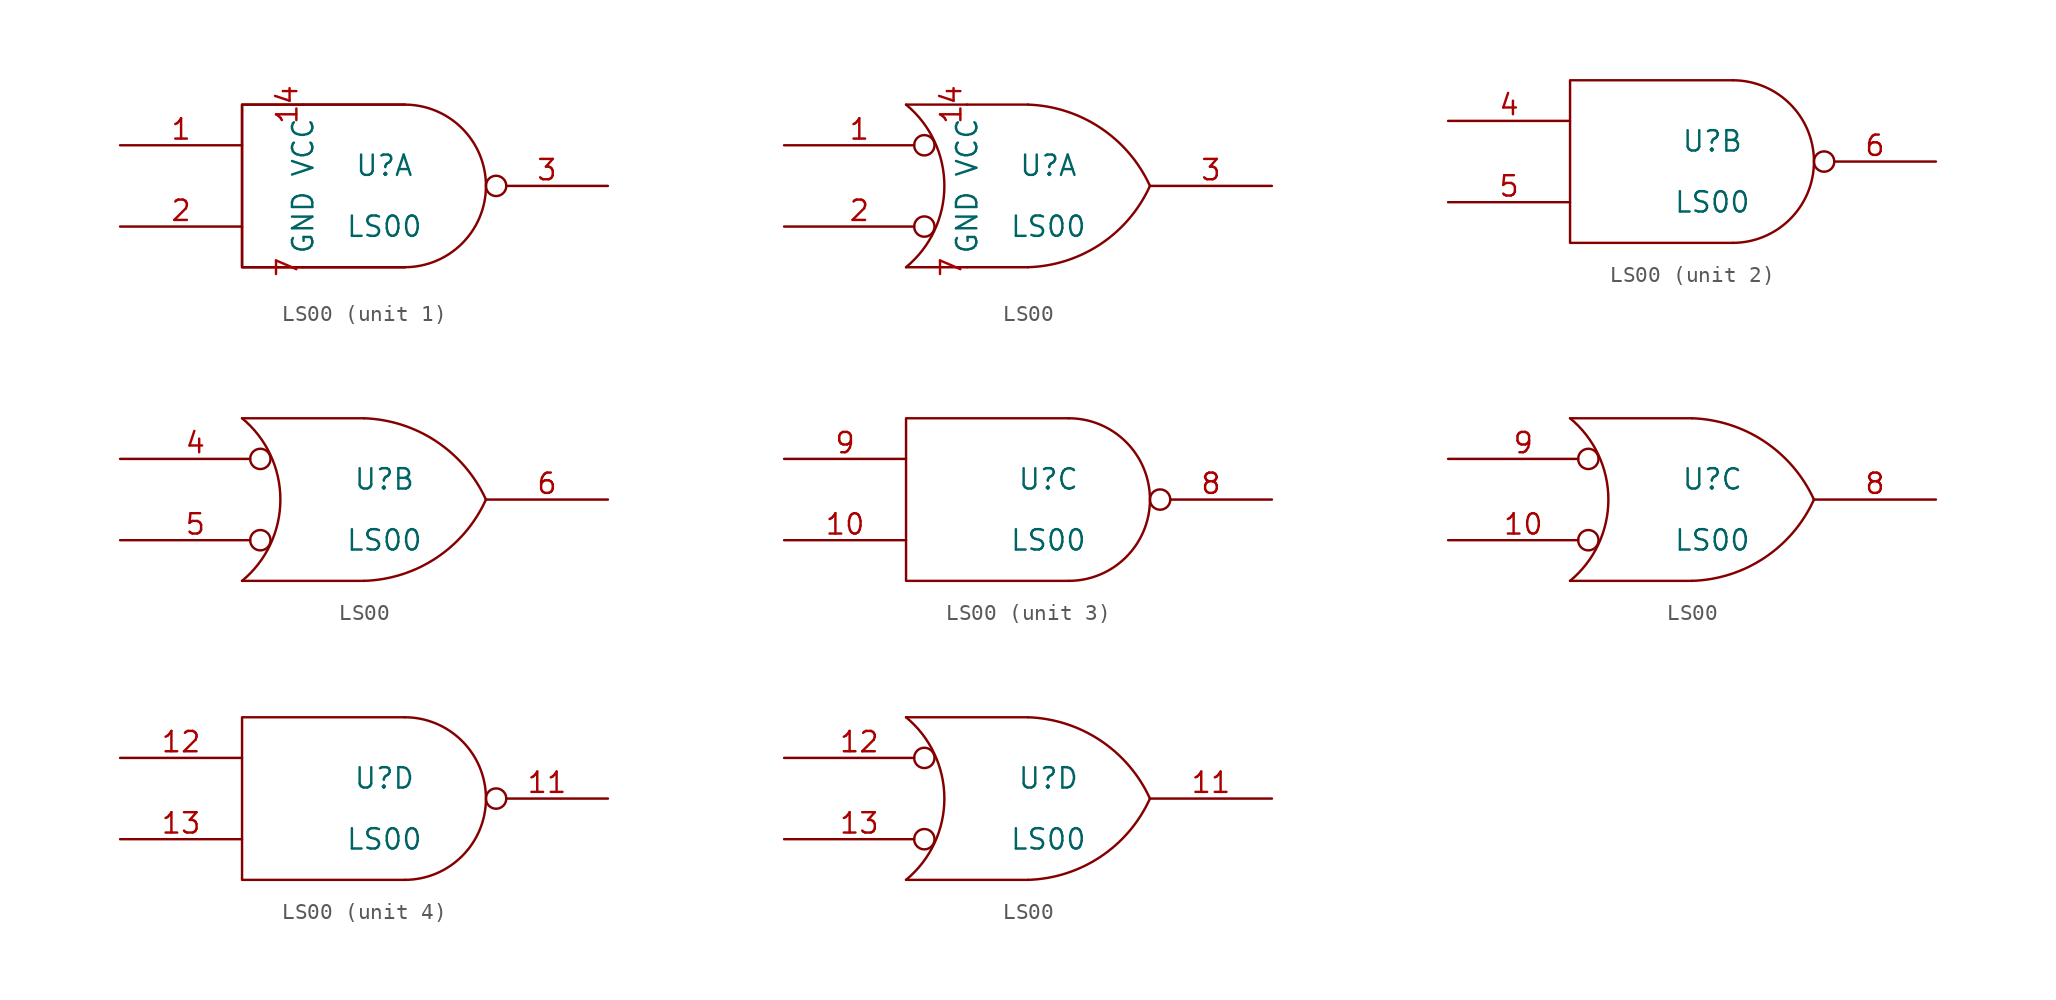
<source format=kicad_sym>
(kicad_symbol_lib
  (version 20211014)
  (generator kicad_symbol_editor)
  (symbol "LS00"
    (pin_names
      (offset 0.762))
    (property "Reference" "U"
      (at 1.27 1.27 0)
      (effects (font (size 1.27 1.27))))
    (property "Value" "LS00"
      (at 1.27 -2.54 0)
      (effects (font (size 1.27 1.27))))
    (symbol "LS00_0_1"
      (polyline (pts (xy 2.54 5.08) (xy -7.62 5.08) (xy -7.62 -5.08) (xy 2.54 -5.08)) (stroke (width 0) (type default) (color 0 0 0 0)) (fill (type none)))
      (arc (start 2.54 -5.08) (mid 7.62 0) (end 2.54 5.08) (stroke (width 0) (type default) (color 0 0 0 0)) (fill (type none))))
    (symbol "LS00_0_2"
      (arc (start -7.62 -5.08) (mid -5.2253 0) (end -7.62 5.08) (stroke (width 0) (type default) (color 0 0 0 0)) (fill (type none)))
      (arc (start 0 -5.08) (mid 4.5382 -3.6323) (end 7.62 0) (stroke (width 0) (type default) (color 0 0 0 0)) (fill (type none)))
      (polyline (pts (xy -7.62 -5.08) (xy 0 -5.08)) (stroke (width 0) (type default) (color 0 0 0 0)) (fill (type none)))
      (polyline (pts (xy -7.62 5.08) (xy 0 5.08)) (stroke (width 0) (type default) (color 0 0 0 0)) (fill (type none)))
      (arc (start 7.62 0) (mid 4.5325 3.6238) (end 0 5.08) (stroke (width 0) (type default) (color 0 0 0 0)) (fill (type none))))
    (symbol "LS00_1_0"
      (pin power_in line (at -3.81 5.08 270) (length 0) (name "VCC" (effects (font (size 1.27 1.27)))) (number "14" (effects (font (size 1.27 1.27)))))
      (pin power_in line (at -3.81 -5.08 90) (length 0) (name "GND" (effects (font (size 1.27 1.27)))) (number "7" (effects (font (size 1.27 1.27))))))
    (symbol "LS00_1_1"
      (polyline (pts (xy 2.54 5.08) (xy -7.62 5.08) (xy -7.62 -5.08) (xy 2.54 -5.08)) (stroke (width 0) (type default) (color 0 0 0 0)) (fill (type none)))
      (pin input line (at -15.24 2.54 0) (length 7.62) (name "~" (effects (font (size 1.27 1.27)))) (number "1" (effects (font (size 1.27 1.27)))))
      (pin input line (at -15.24 -2.54 0) (length 7.62) (name "~" (effects (font (size 1.27 1.27)))) (number "2" (effects (font (size 1.27 1.27)))))
      (pin output inverted (at 15.24 0 180) (length 7.62) (name "~" (effects (font (size 1.27 1.27)))) (number "3" (effects (font (size 1.27 1.27))))))
    (symbol "LS00_1_2"
      (pin input inverted (at -15.24 2.54 0) (length 9.398) (name "~" (effects (font (size 1.27 1.27)))) (number "1" (effects (font (size 1.27 1.27)))))
      (pin input inverted (at -15.24 -2.54 0) (length 9.398) (name "~" (effects (font (size 1.27 1.27)))) (number "2" (effects (font (size 1.27 1.27)))))
      (pin output line (at 15.24 0 180) (length 7.62) (name "~" (effects (font (size 1.27 1.27)))) (number "3" (effects (font (size 1.27 1.27))))))
    (symbol "LS00_2_1"
      (pin input line (at -15.24 2.54 0) (length 7.62) (name "~" (effects (font (size 1.27 1.27)))) (number "4" (effects (font (size 1.27 1.27)))))
      (pin input line (at -15.24 -2.54 0) (length 7.62) (name "~" (effects (font (size 1.27 1.27)))) (number "5" (effects (font (size 1.27 1.27)))))
      (pin output inverted (at 15.24 0 180) (length 7.62) (name "~" (effects (font (size 1.27 1.27)))) (number "6" (effects (font (size 1.27 1.27))))))
    (symbol "LS00_2_2"
      (pin input inverted (at -15.24 2.54 0) (length 9.398) (name "~" (effects (font (size 1.27 1.27)))) (number "4" (effects (font (size 1.27 1.27)))))
      (pin input inverted (at -15.24 -2.54 0) (length 9.398) (name "~" (effects (font (size 1.27 1.27)))) (number "5" (effects (font (size 1.27 1.27)))))
      (pin output line (at 15.24 0 180) (length 7.62) (name "~" (effects (font (size 1.27 1.27)))) (number "6" (effects (font (size 1.27 1.27))))))
    (symbol "LS00_3_1"
      (pin input line (at -15.24 -2.54 0) (length 7.62) (name "~" (effects (font (size 1.27 1.27)))) (number "10" (effects (font (size 1.27 1.27)))))
      (pin output inverted (at 15.24 0 180) (length 7.62) (name "~" (effects (font (size 1.27 1.27)))) (number "8" (effects (font (size 1.27 1.27)))))
      (pin input line (at -15.24 2.54 0) (length 7.62) (name "~" (effects (font (size 1.27 1.27)))) (number "9" (effects (font (size 1.27 1.27))))))
    (symbol "LS00_3_2"
      (pin input inverted (at -15.24 -2.54 0) (length 9.398) (name "~" (effects (font (size 1.27 1.27)))) (number "10" (effects (font (size 1.27 1.27)))))
      (pin output line (at 15.24 0 180) (length 7.62) (name "~" (effects (font (size 1.27 1.27)))) (number "8" (effects (font (size 1.27 1.27)))))
      (pin input inverted (at -15.24 2.54 0) (length 9.398) (name "~" (effects (font (size 1.27 1.27)))) (number "9" (effects (font (size 1.27 1.27))))))
    (symbol "LS00_4_1"
      (pin output inverted (at 15.24 0 180) (length 7.62) (name "~" (effects (font (size 1.27 1.27)))) (number "11" (effects (font (size 1.27 1.27)))))
      (pin input line (at -15.24 2.54 0) (length 7.62) (name "~" (effects (font (size 1.27 1.27)))) (number "12" (effects (font (size 1.27 1.27)))))
      (pin input line (at -15.24 -2.54 0) (length 7.62) (name "~" (effects (font (size 1.27 1.27)))) (number "13" (effects (font (size 1.27 1.27))))))
    (symbol "LS00_4_2"
      (pin output line (at 15.24 0 180) (length 7.62) (name "~" (effects (font (size 1.27 1.27)))) (number "11" (effects (font (size 1.27 1.27)))))
      (pin input inverted (at -15.24 2.54 0) (length 9.398) (name "~" (effects (font (size 1.27 1.27)))) (number "12" (effects (font (size 1.27 1.27)))))
      (pin input inverted (at -15.24 -2.54 0) (length 9.398) (name "~" (effects (font (size 1.27 1.27)))) (number "13" (effects (font (size 1.27 1.27))))))))
</source>
